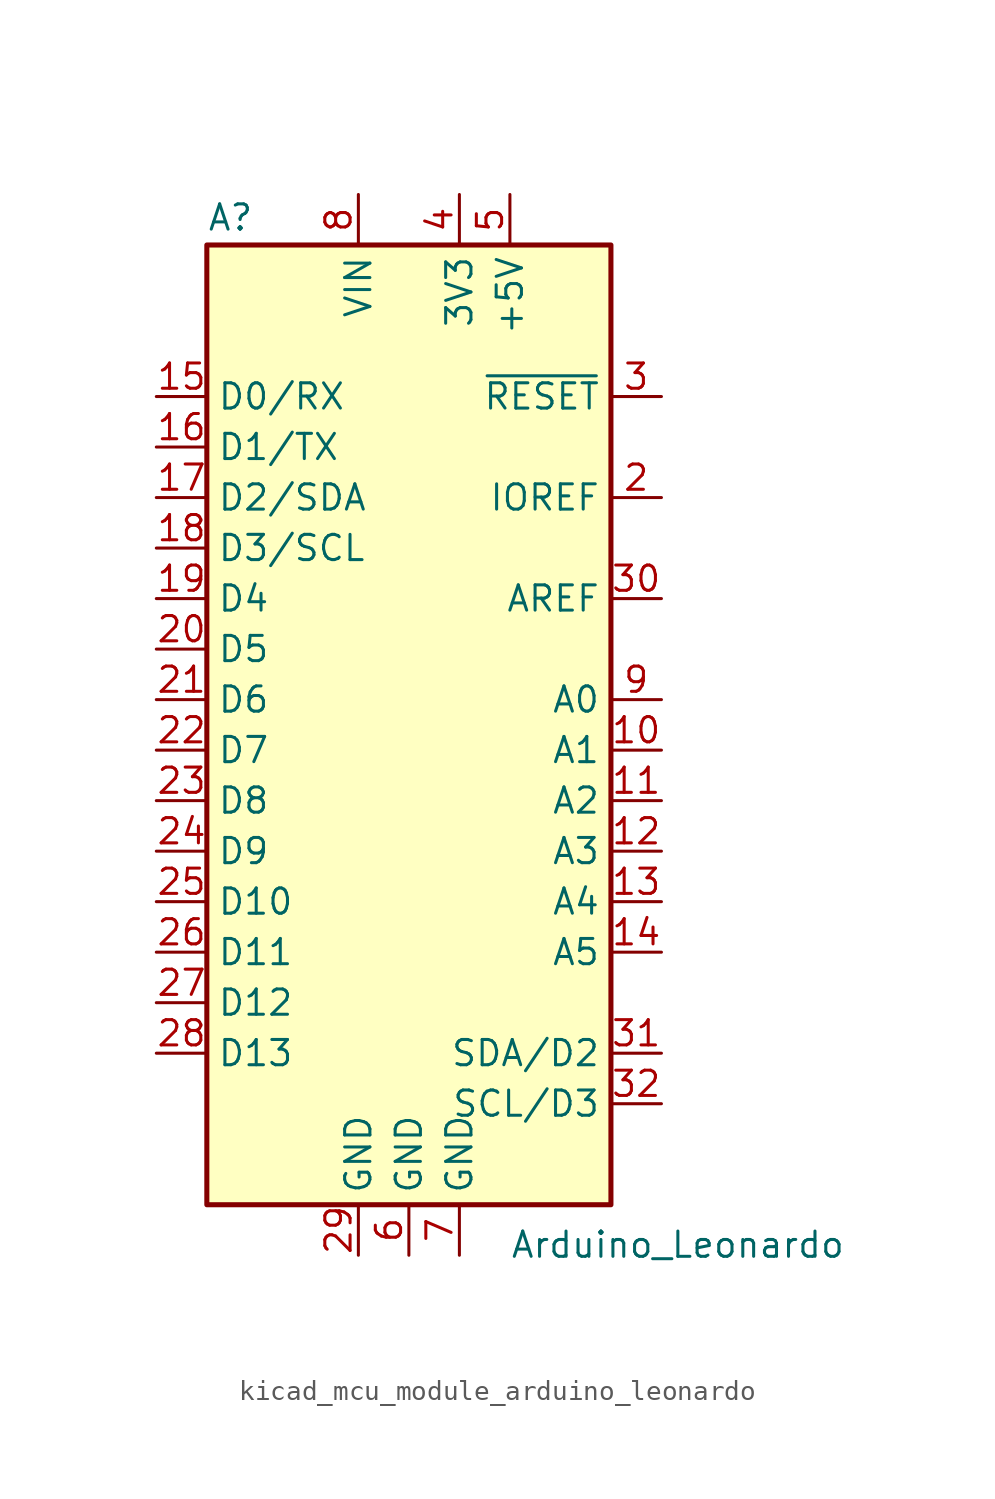
<source format=kicad_sym>
(kicad_symbol_lib
  (version 20220914)
  (generator kicad_symbol_editor)
  (symbol "kicad_mcu_module_arduino_leonardo"
    (property "Reference" "A"
      (at -10.16 23.495 0)
      (effects (font (size 1.27 1.27)) (justify left bottom)))
    (property "Value" "Arduino_Leonardo"
      (at 5.08 -26.67 0)
      (effects (font (size 1.27 1.27)) (justify left top)))
    (symbol "kicad_mcu_module_arduino_leonardo_0_1"
      (rectangle (start -10.16 22.86) (end 10.16 -25.4) (stroke (width 0.254) (type default)) (fill (type background))))
    (symbol "kicad_mcu_module_arduino_leonardo_1_1"
      (pin no_connect line (at -10.16 -20.32 0) (length 2.54) hide (name "NC" (effects (font (size 1.27 1.27)))) (number "1" (effects (font (size 1.27 1.27)))))
      (pin bidirectional line (at 12.7 -2.54 180) (length 2.54) (name "A1" (effects (font (size 1.27 1.27)))) (number "10" (effects (font (size 1.27 1.27)))))
      (pin bidirectional line (at 12.7 -5.08 180) (length 2.54) (name "A2" (effects (font (size 1.27 1.27)))) (number "11" (effects (font (size 1.27 1.27)))))
      (pin bidirectional line (at 12.7 -7.62 180) (length 2.54) (name "A3" (effects (font (size 1.27 1.27)))) (number "12" (effects (font (size 1.27 1.27)))))
      (pin bidirectional line (at 12.7 -10.16 180) (length 2.54) (name "A4" (effects (font (size 1.27 1.27)))) (number "13" (effects (font (size 1.27 1.27)))))
      (pin bidirectional line (at 12.7 -12.7 180) (length 2.54) (name "A5" (effects (font (size 1.27 1.27)))) (number "14" (effects (font (size 1.27 1.27)))))
      (pin bidirectional line (at -12.7 15.24 0) (length 2.54) (name "D0/RX" (effects (font (size 1.27 1.27)))) (number "15" (effects (font (size 1.27 1.27)))))
      (pin bidirectional line (at -12.7 12.7 0) (length 2.54) (name "D1/TX" (effects (font (size 1.27 1.27)))) (number "16" (effects (font (size 1.27 1.27)))))
      (pin bidirectional line (at -12.7 10.16 0) (length 2.54) (name "D2/SDA" (effects (font (size 1.27 1.27)))) (number "17" (effects (font (size 1.27 1.27)))))
      (pin bidirectional line (at -12.7 7.62 0) (length 2.54) (name "D3/SCL" (effects (font (size 1.27 1.27)))) (number "18" (effects (font (size 1.27 1.27)))))
      (pin bidirectional line (at -12.7 5.08 0) (length 2.54) (name "D4" (effects (font (size 1.27 1.27)))) (number "19" (effects (font (size 1.27 1.27)))))
      (pin output line (at 12.7 10.16 180) (length 2.54) (name "IOREF" (effects (font (size 1.27 1.27)))) (number "2" (effects (font (size 1.27 1.27)))))
      (pin bidirectional line (at -12.7 2.54 0) (length 2.54) (name "D5" (effects (font (size 1.27 1.27)))) (number "20" (effects (font (size 1.27 1.27)))))
      (pin bidirectional line (at -12.7 0 0) (length 2.54) (name "D6" (effects (font (size 1.27 1.27)))) (number "21" (effects (font (size 1.27 1.27)))))
      (pin bidirectional line (at -12.7 -2.54 0) (length 2.54) (name "D7" (effects (font (size 1.27 1.27)))) (number "22" (effects (font (size 1.27 1.27)))))
      (pin bidirectional line (at -12.7 -5.08 0) (length 2.54) (name "D8" (effects (font (size 1.27 1.27)))) (number "23" (effects (font (size 1.27 1.27)))))
      (pin bidirectional line (at -12.7 -7.62 0) (length 2.54) (name "D9" (effects (font (size 1.27 1.27)))) (number "24" (effects (font (size 1.27 1.27)))))
      (pin bidirectional line (at -12.7 -10.16 0) (length 2.54) (name "D10" (effects (font (size 1.27 1.27)))) (number "25" (effects (font (size 1.27 1.27)))))
      (pin bidirectional line (at -12.7 -12.7 0) (length 2.54) (name "D11" (effects (font (size 1.27 1.27)))) (number "26" (effects (font (size 1.27 1.27)))))
      (pin bidirectional line (at -12.7 -15.24 0) (length 2.54) (name "D12" (effects (font (size 1.27 1.27)))) (number "27" (effects (font (size 1.27 1.27)))))
      (pin bidirectional line (at -12.7 -17.78 0) (length 2.54) (name "D13" (effects (font (size 1.27 1.27)))) (number "28" (effects (font (size 1.27 1.27)))))
      (pin power_in line (at -2.54 -27.94 90) (length 2.54) (name "GND" (effects (font (size 1.27 1.27)))) (number "29" (effects (font (size 1.27 1.27)))))
      (pin input line (at 12.7 15.24 180) (length 2.54) (name "~{RESET}" (effects (font (size 1.27 1.27)))) (number "3" (effects (font (size 1.27 1.27)))))
      (pin input line (at 12.7 5.08 180) (length 2.54) (name "AREF" (effects (font (size 1.27 1.27)))) (number "30" (effects (font (size 1.27 1.27)))))
      (pin bidirectional line (at 12.7 -17.78 180) (length 2.54) (name "SDA/D2" (effects (font (size 1.27 1.27)))) (number "31" (effects (font (size 1.27 1.27)))))
      (pin bidirectional line (at 12.7 -20.32 180) (length 2.54) (name "SCL/D3" (effects (font (size 1.27 1.27)))) (number "32" (effects (font (size 1.27 1.27)))))
      (pin power_out line (at 2.54 25.4 270) (length 2.54) (name "3V3" (effects (font (size 1.27 1.27)))) (number "4" (effects (font (size 1.27 1.27)))))
      (pin power_out line (at 5.08 25.4 270) (length 2.54) (name "+5V" (effects (font (size 1.27 1.27)))) (number "5" (effects (font (size 1.27 1.27)))))
      (pin power_in line (at 0 -27.94 90) (length 2.54) (name "GND" (effects (font (size 1.27 1.27)))) (number "6" (effects (font (size 1.27 1.27)))))
      (pin power_in line (at 2.54 -27.94 90) (length 2.54) (name "GND" (effects (font (size 1.27 1.27)))) (number "7" (effects (font (size 1.27 1.27)))))
      (pin power_in line (at -2.54 25.4 270) (length 2.54) (name "VIN" (effects (font (size 1.27 1.27)))) (number "8" (effects (font (size 1.27 1.27)))))
      (pin bidirectional line (at 12.7 0 180) (length 2.54) (name "A0" (effects (font (size 1.27 1.27)))) (number "9" (effects (font (size 1.27 1.27))))))))
</source>
